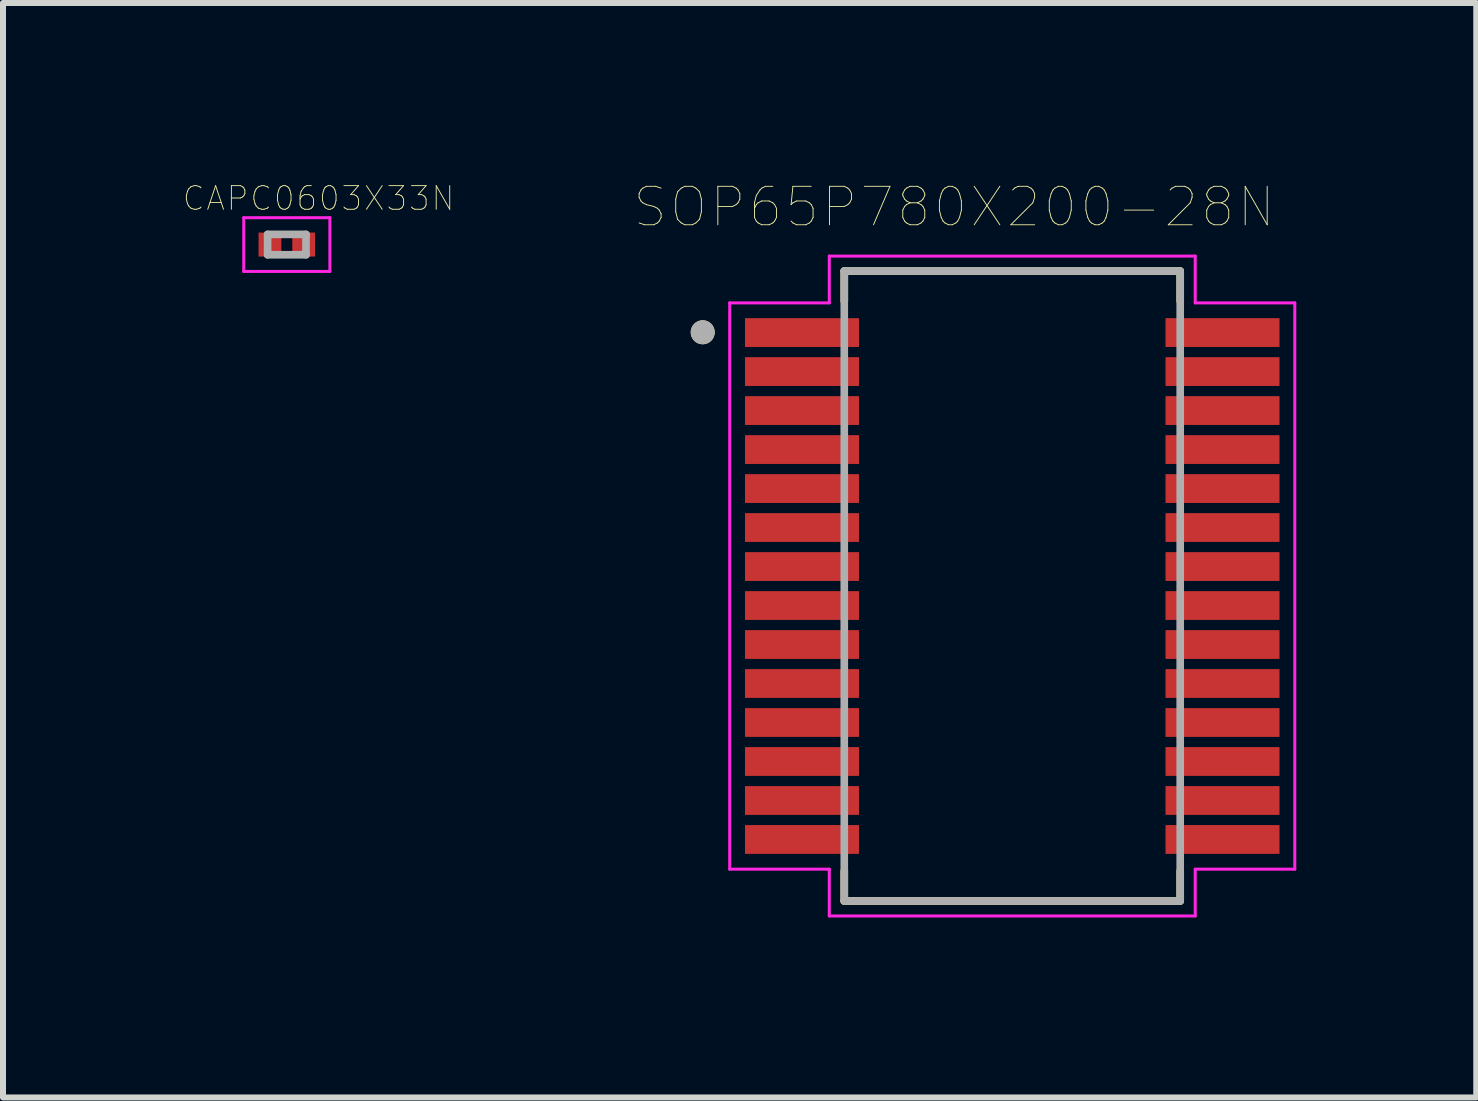
<source format=kicad_pcb>
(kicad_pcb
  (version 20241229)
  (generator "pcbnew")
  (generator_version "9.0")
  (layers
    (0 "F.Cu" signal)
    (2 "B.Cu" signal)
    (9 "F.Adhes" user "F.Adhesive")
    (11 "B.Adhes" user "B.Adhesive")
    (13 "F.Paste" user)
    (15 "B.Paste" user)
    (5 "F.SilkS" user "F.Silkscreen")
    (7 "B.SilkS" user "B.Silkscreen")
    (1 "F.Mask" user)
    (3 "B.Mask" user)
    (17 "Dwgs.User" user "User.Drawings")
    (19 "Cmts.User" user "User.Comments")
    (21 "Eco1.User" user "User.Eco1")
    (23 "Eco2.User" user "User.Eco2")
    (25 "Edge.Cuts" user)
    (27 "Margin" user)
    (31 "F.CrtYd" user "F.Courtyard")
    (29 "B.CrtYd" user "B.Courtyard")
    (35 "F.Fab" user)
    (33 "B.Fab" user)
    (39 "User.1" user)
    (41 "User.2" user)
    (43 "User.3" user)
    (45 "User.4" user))
  (footprint "SOP65P780X200-28N"
    (layer "F.Cu")
    (at 13.824 6.719)
    (property "Reference" "SOP65P780X200-28N" (at -0.97 -6.318 0) (layer "F.SilkS") (effects (font (size 0.641 0.641) (thickness 0.015))))
    (attr through_hole)
    (fp_line (start -2.8 -5.25) (end 2.8 -5.25) (stroke (width 0.127) (type solid)) (layer "F.SilkS"))
    (fp_line (start -2.8 -4.75) (end -2.8 -5.25) (stroke (width 0.127) (type solid)) (layer "F.SilkS"))
    (fp_line (start -2.8 4.75) (end -2.8 5.25) (stroke (width 0.127) (type solid)) (layer "F.SilkS"))
    (fp_line (start -2.8 5.25) (end 2.8 5.25) (stroke (width 0.127) (type solid)) (layer "F.SilkS"))
    (fp_line (start 2.8 -5.25) (end 2.8 -4.75) (stroke (width 0.127) (type solid)) (layer "F.SilkS"))
    (fp_line (start 2.8 5.25) (end 2.8 4.75) (stroke (width 0.127) (type solid)) (layer "F.SilkS"))
    (fp_circle (center -5.16 -4.23) (end -5.06 -4.23) (stroke (width 0.2) (type solid)) (fill no) (layer "F.SilkS"))
    (fp_line (start -4.71 -4.72) (end -3.05 -4.72) (stroke (width 0.05) (type solid)) (layer "F.CrtYd"))
    (fp_line (start -4.71 4.72) (end -4.71 -4.72) (stroke (width 0.05) (type solid)) (layer "F.CrtYd"))
    (fp_line (start -3.05 -5.5) (end 3.05 -5.5) (stroke (width 0.05) (type solid)) (layer "F.CrtYd"))
    (fp_line (start -3.05 -4.72) (end -3.05 -5.5) (stroke (width 0.05) (type solid)) (layer "F.CrtYd"))
    (fp_line (start -3.05 4.72) (end -4.71 4.72) (stroke (width 0.05) (type solid)) (layer "F.CrtYd"))
    (fp_line (start -3.05 5.5) (end -3.05 4.72) (stroke (width 0.05) (type solid)) (layer "F.CrtYd"))
    (fp_line (start 3.05 -5.5) (end 3.05 -4.72) (stroke (width 0.05) (type solid)) (layer "F.CrtYd"))
    (fp_line (start 3.05 -4.72) (end 4.71 -4.72) (stroke (width 0.05) (type solid)) (layer "F.CrtYd"))
    (fp_line (start 3.05 4.72) (end 3.05 5.5) (stroke (width 0.05) (type solid)) (layer "F.CrtYd"))
    (fp_line (start 3.05 5.5) (end -3.05 5.5) (stroke (width 0.05) (type solid)) (layer "F.CrtYd"))
    (fp_line (start 4.71 -4.72) (end 4.71 4.72) (stroke (width 0.05) (type solid)) (layer "F.CrtYd"))
    (fp_line (start 4.71 4.72) (end 3.05 4.72) (stroke (width 0.05) (type solid)) (layer "F.CrtYd"))
    (fp_line (start -2.8 -5.25) (end 2.8 -5.25) (stroke (width 0.127) (type solid)) (layer "F.Fab"))
    (fp_line (start -2.8 5.25) (end -2.8 -5.25) (stroke (width 0.127) (type solid)) (layer "F.Fab"))
    (fp_line (start 2.8 -5.25) (end 2.8 5.25) (stroke (width 0.127) (type solid)) (layer "F.Fab"))
    (fp_line (start 2.8 5.25) (end -2.8 5.25) (stroke (width 0.127) (type solid)) (layer "F.Fab"))
    (fp_circle (center -5.16 -4.23) (end -5.06 -4.23) (stroke (width 0.2) (type solid)) (fill no) (layer "F.Fab"))
    (pad "1" smd rect (at -3.505 -4.225) (size 1.9 0.48) (layers "F.Cu" "F.Mask" "F.Paste"))
    (pad "2" smd rect (at -3.505 -3.575) (size 1.9 0.48) (layers "F.Cu" "F.Mask" "F.Paste"))
    (pad "3" smd rect (at -3.505 -2.925) (size 1.9 0.48) (layers "F.Cu" "F.Mask" "F.Paste"))
    (pad "4" smd rect (at -3.505 -2.275) (size 1.9 0.48) (layers "F.Cu" "F.Mask" "F.Paste"))
    (pad "5" smd rect (at -3.505 -1.625) (size 1.9 0.48) (layers "F.Cu" "F.Mask" "F.Paste"))
    (pad "6" smd rect (at -3.505 -0.975) (size 1.9 0.48) (layers "F.Cu" "F.Mask" "F.Paste"))
    (pad "7" smd rect (at -3.505 -0.325) (size 1.9 0.48) (layers "F.Cu" "F.Mask" "F.Paste"))
    (pad "8" smd rect (at -3.505 0.325) (size 1.9 0.48) (layers "F.Cu" "F.Mask" "F.Paste"))
    (pad "9" smd rect (at -3.505 0.975) (size 1.9 0.48) (layers "F.Cu" "F.Mask" "F.Paste"))
    (pad "10" smd rect (at -3.505 1.625) (size 1.9 0.48) (layers "F.Cu" "F.Mask" "F.Paste"))
    (pad "11" smd rect (at -3.505 2.275) (size 1.9 0.48) (layers "F.Cu" "F.Mask" "F.Paste"))
    (pad "12" smd rect (at -3.505 2.925) (size 1.9 0.48) (layers "F.Cu" "F.Mask" "F.Paste"))
    (pad "13" smd rect (at -3.505 3.575) (size 1.9 0.48) (layers "F.Cu" "F.Mask" "F.Paste"))
    (pad "14" smd rect (at -3.505 4.225) (size 1.9 0.48) (layers "F.Cu" "F.Mask" "F.Paste"))
    (pad "15" smd rect (at 3.505 4.225) (size 1.9 0.48) (layers "F.Cu" "F.Mask" "F.Paste"))
    (pad "16" smd rect (at 3.505 3.575) (size 1.9 0.48) (layers "F.Cu" "F.Mask" "F.Paste"))
    (pad "17" smd rect (at 3.505 2.925) (size 1.9 0.48) (layers "F.Cu" "F.Mask" "F.Paste"))
    (pad "18" smd rect (at 3.505 2.275) (size 1.9 0.48) (layers "F.Cu" "F.Mask" "F.Paste"))
    (pad "19" smd rect (at 3.505 1.625) (size 1.9 0.48) (layers "F.Cu" "F.Mask" "F.Paste"))
    (pad "20" smd rect (at 3.505 0.975) (size 1.9 0.48) (layers "F.Cu" "F.Mask" "F.Paste"))
    (pad "21" smd rect (at 3.505 0.325) (size 1.9 0.48) (layers "F.Cu" "F.Mask" "F.Paste"))
    (pad "22" smd rect (at 3.505 -0.325) (size 1.9 0.48) (layers "F.Cu" "F.Mask" "F.Paste"))
    (pad "23" smd rect (at 3.505 -0.975) (size 1.9 0.48) (layers "F.Cu" "F.Mask" "F.Paste"))
    (pad "24" smd rect (at 3.505 -1.625) (size 1.9 0.48) (layers "F.Cu" "F.Mask" "F.Paste"))
    (pad "25" smd rect (at 3.505 -2.275) (size 1.9 0.48) (layers "F.Cu" "F.Mask" "F.Paste"))
    (pad "26" smd rect (at 3.505 -2.925) (size 1.9 0.48) (layers "F.Cu" "F.Mask" "F.Paste"))
    (pad "27" smd rect (at 3.505 -3.575) (size 1.9 0.48) (layers "F.Cu" "F.Mask" "F.Paste"))
    (pad "28" smd rect (at 3.505 -4.225) (size 1.9 0.48) (layers "F.Cu" "F.Mask" "F.Paste")))
  (footprint "CAPC0603X33N"
    (layer "F.Cu")
    (at 1.731 1.027)
    (property "Reference" "CAPC0603X33N" (at 0.53 -0.77 0) (layer "F.SilkS") (effects (font (size 0.394 0.394) (thickness 0.015))))
    (attr through_hole)
    (fp_line (start -0.718 -0.448) (end 0.718 -0.448) (stroke (width 0.05) (type solid)) (layer "F.CrtYd"))
    (fp_line (start -0.718 0.448) (end -0.718 -0.448) (stroke (width 0.05) (type solid)) (layer "F.CrtYd"))
    (fp_line (start -0.718 0.448) (end 0.718 0.448) (stroke (width 0.05) (type solid)) (layer "F.CrtYd"))
    (fp_line (start 0.718 0.448) (end 0.718 -0.448) (stroke (width 0.05) (type solid)) (layer "F.CrtYd"))
    (fp_line (start -0.32 0.17) (end -0.32 -0.17) (stroke (width 0.127) (type solid)) (layer "F.Fab"))
    (fp_line (start 0.32 -0.17) (end -0.32 -0.17) (stroke (width 0.127) (type solid)) (layer "F.Fab"))
    (fp_line (start 0.32 0.17) (end -0.32 0.17) (stroke (width 0.127) (type solid)) (layer "F.Fab"))
    (fp_line (start 0.32 0.17) (end 0.32 -0.17) (stroke (width 0.127) (type solid)) (layer "F.Fab"))
    (pad "1" smd rect (at -0.281 0) (size 0.38 0.4) (layers "F.Cu" "F.Mask" "F.Paste"))
    (pad "2" smd rect (at 0.281 0) (size 0.38 0.4) (layers "F.Cu" "F.Mask" "F.Paste")))
  (gr_rect
    (start -3 -3)
    (end 21.559 15.244)
    (stroke (width 0.1) (type default))
    (fill no)
    (layer "Edge.Cuts")))
</source>
